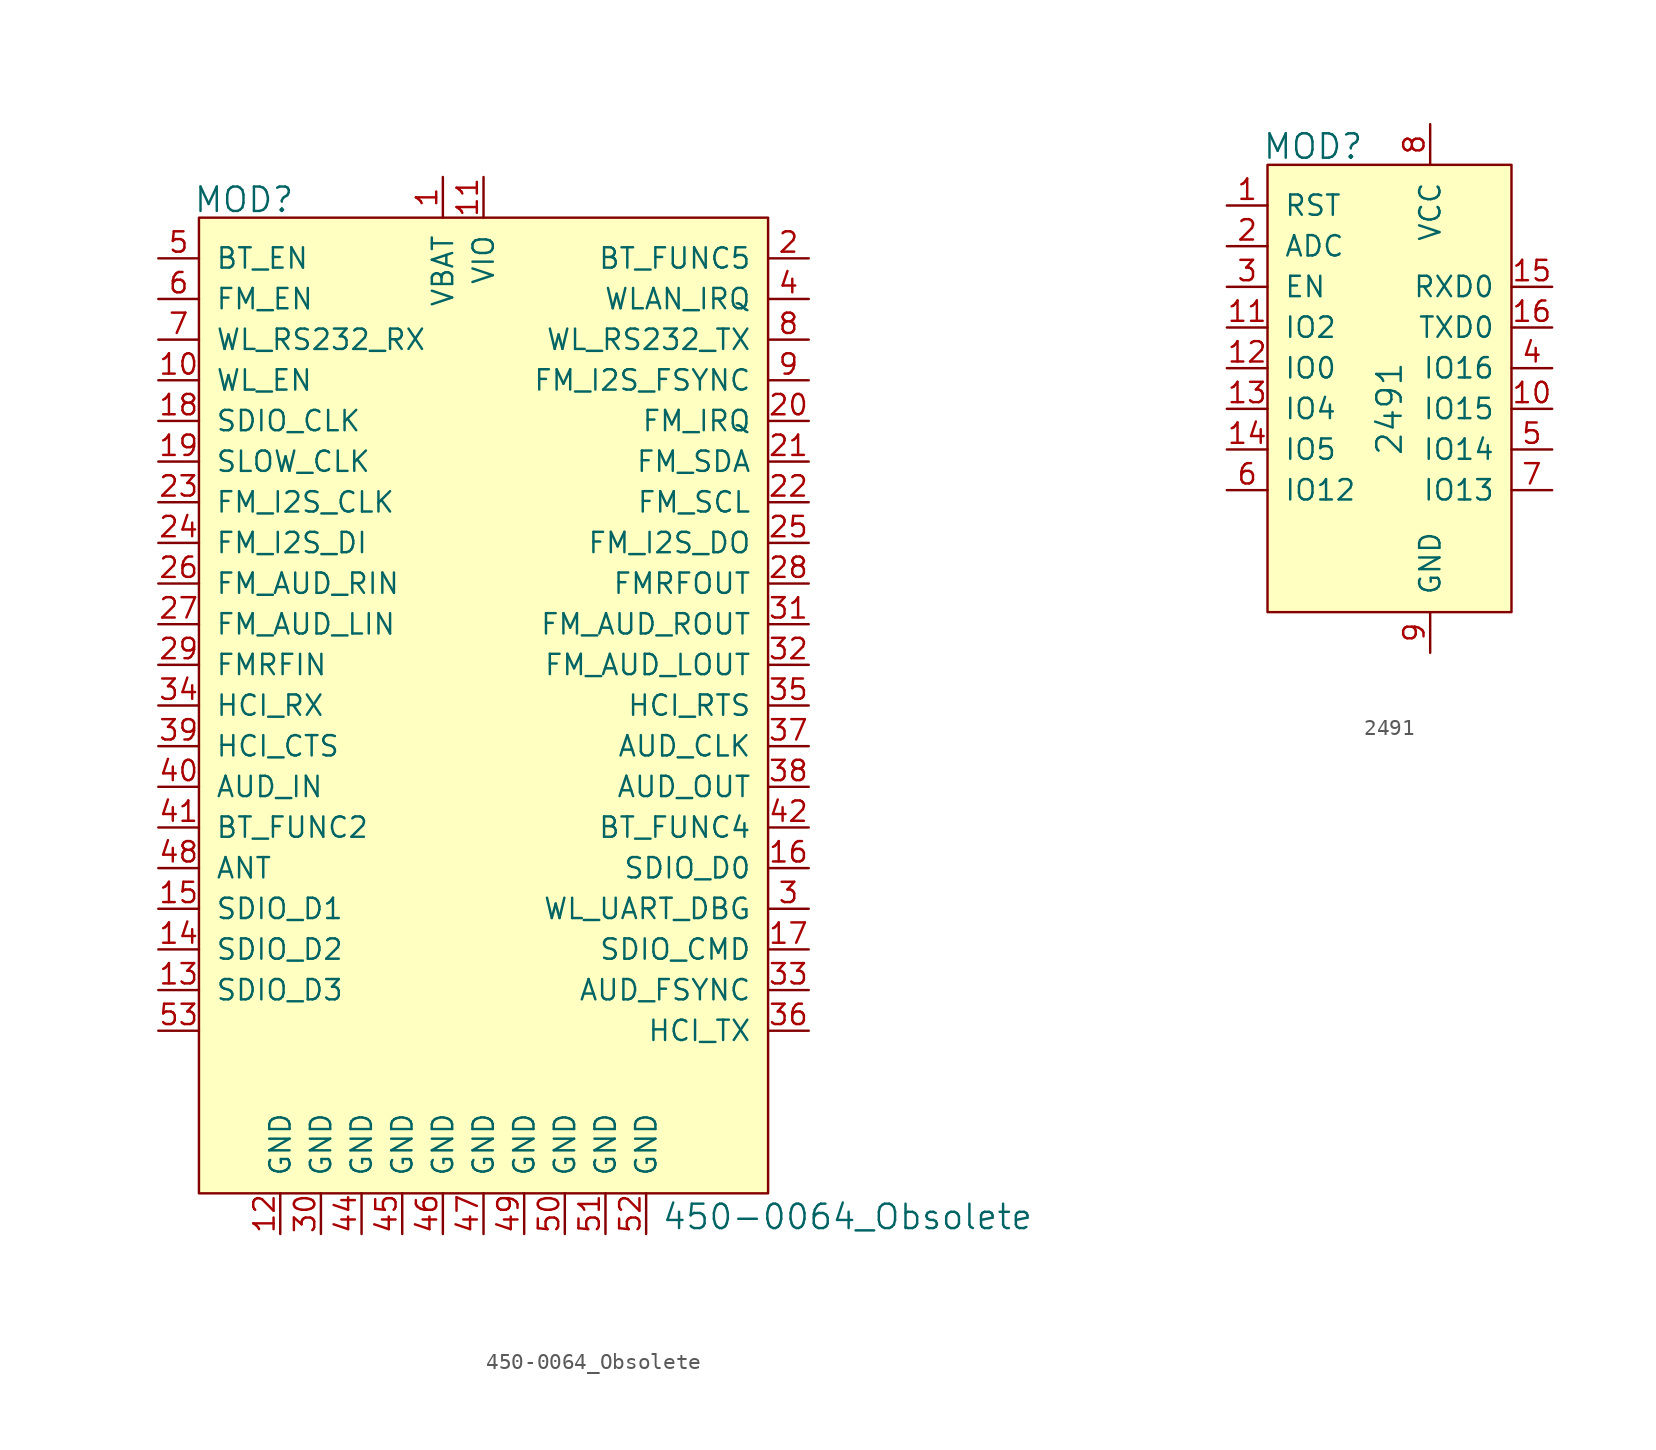
<source format=kicad_sym>
(kicad_symbol_lib
  (version 20231120)
  (generator "kicad_symbol_editor")
  (generator_version "8.0")
  (symbol "450-0064_Obsolete"
    (pin_names
      (offset 1.016))
    (property "Reference" "MOD"
      (at -14.961 18.898 0)
      (effects (font (size 1.524 1.524))))
    (property "Value" "450-0064_Obsolete"
      (at 11.1 -44.653 0)
      (effects (font (size 1.524 1.524)) (justify left)))
    (symbol "450-0064_Obsolete_0_1"
      (rectangle (start -17.78 17.78) (end 17.78 -43.18) (stroke (width 0) (type default)) (fill (type background))))
    (symbol "450-0064_Obsolete_1_1"
      (pin power_in line (at -2.54 20.32 270) (length 2.54) (name "VBAT" (effects (font (size 1.27 1.27)))) (number "1" (effects (font (size 1.27 1.27)))))
      (pin input line (at -20.32 7.62 0) (length 2.54) (name "WL_EN" (effects (font (size 1.27 1.27)))) (number "10" (effects (font (size 1.27 1.27)))))
      (pin power_in line (at 0 20.32 270) (length 2.54) (name "VIO" (effects (font (size 1.27 1.27)))) (number "11" (effects (font (size 1.27 1.27)))))
      (pin power_in line (at -12.7 -45.72 90) (length 2.54) (name "GND" (effects (font (size 1.27 1.27)))) (number "12" (effects (font (size 1.27 1.27)))))
      (pin bidirectional line (at -20.32 -30.48 0) (length 2.54) (name "SDIO_D3" (effects (font (size 1.27 1.27)))) (number "13" (effects (font (size 1.27 1.27)))))
      (pin bidirectional line (at -20.32 -27.94 0) (length 2.54) (name "SDIO_D2" (effects (font (size 1.27 1.27)))) (number "14" (effects (font (size 1.27 1.27)))))
      (pin bidirectional line (at -20.32 -25.4 0) (length 2.54) (name "SDIO_D1" (effects (font (size 1.27 1.27)))) (number "15" (effects (font (size 1.27 1.27)))))
      (pin bidirectional line (at 20.32 -22.86 180) (length 2.54) (name "SDIO_D0" (effects (font (size 1.27 1.27)))) (number "16" (effects (font (size 1.27 1.27)))))
      (pin bidirectional line (at 20.32 -27.94 180) (length 2.54) (name "SDIO_CMD" (effects (font (size 1.27 1.27)))) (number "17" (effects (font (size 1.27 1.27)))))
      (pin input line (at -20.32 5.08 0) (length 2.54) (name "SDIO_CLK" (effects (font (size 1.27 1.27)))) (number "18" (effects (font (size 1.27 1.27)))))
      (pin input line (at -20.32 2.54 0) (length 2.54) (name "SLOW_CLK" (effects (font (size 1.27 1.27)))) (number "19" (effects (font (size 1.27 1.27)))))
      (pin output line (at 20.32 15.24 180) (length 2.54) (name "BT_FUNC5" (effects (font (size 1.27 1.27)))) (number "2" (effects (font (size 1.27 1.27)))))
      (pin output line (at 20.32 5.08 180) (length 2.54) (name "FM_IRQ" (effects (font (size 1.27 1.27)))) (number "20" (effects (font (size 1.27 1.27)))))
      (pin output line (at 20.32 2.54 180) (length 2.54) (name "FM_SDA" (effects (font (size 1.27 1.27)))) (number "21" (effects (font (size 1.27 1.27)))))
      (pin output line (at 20.32 0 180) (length 2.54) (name "FM_SCL" (effects (font (size 1.27 1.27)))) (number "22" (effects (font (size 1.27 1.27)))))
      (pin input line (at -20.32 0 0) (length 2.54) (name "FM_I2S_CLK" (effects (font (size 1.27 1.27)))) (number "23" (effects (font (size 1.27 1.27)))))
      (pin input line (at -20.32 -2.54 0) (length 2.54) (name "FM_I2S_DI" (effects (font (size 1.27 1.27)))) (number "24" (effects (font (size 1.27 1.27)))))
      (pin output line (at 20.32 -2.54 180) (length 2.54) (name "FM_I2S_DO" (effects (font (size 1.27 1.27)))) (number "25" (effects (font (size 1.27 1.27)))))
      (pin input line (at -20.32 -5.08 0) (length 2.54) (name "FM_AUD_RIN" (effects (font (size 1.27 1.27)))) (number "26" (effects (font (size 1.27 1.27)))))
      (pin input line (at -20.32 -7.62 0) (length 2.54) (name "FM_AUD_LIN" (effects (font (size 1.27 1.27)))) (number "27" (effects (font (size 1.27 1.27)))))
      (pin output line (at 20.32 -5.08 180) (length 2.54) (name "FMRFOUT" (effects (font (size 1.27 1.27)))) (number "28" (effects (font (size 1.27 1.27)))))
      (pin input line (at -20.32 -10.16 0) (length 2.54) (name "FMRFIN" (effects (font (size 1.27 1.27)))) (number "29" (effects (font (size 1.27 1.27)))))
      (pin bidirectional line (at 20.32 -25.4 180) (length 2.54) (name "WL_UART_DBG" (effects (font (size 1.27 1.27)))) (number "3" (effects (font (size 1.27 1.27)))))
      (pin power_in line (at -10.16 -45.72 90) (length 2.54) (name "GND" (effects (font (size 1.27 1.27)))) (number "30" (effects (font (size 1.27 1.27)))))
      (pin output line (at 20.32 -7.62 180) (length 2.54) (name "FM_AUD_ROUT" (effects (font (size 1.27 1.27)))) (number "31" (effects (font (size 1.27 1.27)))))
      (pin output line (at 20.32 -10.16 180) (length 2.54) (name "FM_AUD_LOUT" (effects (font (size 1.27 1.27)))) (number "32" (effects (font (size 1.27 1.27)))))
      (pin bidirectional line (at 20.32 -30.48 180) (length 2.54) (name "AUD_FSYNC" (effects (font (size 1.27 1.27)))) (number "33" (effects (font (size 1.27 1.27)))))
      (pin input line (at -20.32 -12.7 0) (length 2.54) (name "HCI_RX" (effects (font (size 1.27 1.27)))) (number "34" (effects (font (size 1.27 1.27)))))
      (pin output line (at 20.32 -12.7 180) (length 2.54) (name "HCI_RTS" (effects (font (size 1.27 1.27)))) (number "35" (effects (font (size 1.27 1.27)))))
      (pin bidirectional line (at 20.32 -33.02 180) (length 2.54) (name "HCI_TX" (effects (font (size 1.27 1.27)))) (number "36" (effects (font (size 1.27 1.27)))))
      (pin output line (at 20.32 -15.24 180) (length 2.54) (name "AUD_CLK" (effects (font (size 1.27 1.27)))) (number "37" (effects (font (size 1.27 1.27)))))
      (pin output line (at 20.32 -17.78 180) (length 2.54) (name "AUD_OUT" (effects (font (size 1.27 1.27)))) (number "38" (effects (font (size 1.27 1.27)))))
      (pin input line (at -20.32 -15.24 0) (length 2.54) (name "HCI_CTS" (effects (font (size 1.27 1.27)))) (number "39" (effects (font (size 1.27 1.27)))))
      (pin output line (at 20.32 12.7 180) (length 2.54) (name "WLAN_IRQ" (effects (font (size 1.27 1.27)))) (number "4" (effects (font (size 1.27 1.27)))))
      (pin input line (at -20.32 -17.78 0) (length 2.54) (name "AUD_IN" (effects (font (size 1.27 1.27)))) (number "40" (effects (font (size 1.27 1.27)))))
      (pin input line (at -20.32 -20.32 0) (length 2.54) (name "BT_FUNC2" (effects (font (size 1.27 1.27)))) (number "41" (effects (font (size 1.27 1.27)))))
      (pin output line (at 20.32 -20.32 180) (length 2.54) (name "BT_FUNC4" (effects (font (size 1.27 1.27)))) (number "42" (effects (font (size 1.27 1.27)))))
      (pin no_connect line (at 17.78 -35.56 180) (length 2.54) hide (name "VDD_LDO_CLASS_1P5" (effects (font (size 1.27 1.27)))) (number "43" (effects (font (size 1.27 1.27)))))
      (pin power_in line (at -7.62 -45.72 90) (length 2.54) (name "GND" (effects (font (size 1.27 1.27)))) (number "44" (effects (font (size 1.27 1.27)))))
      (pin power_in line (at -5.08 -45.72 90) (length 2.54) (name "GND" (effects (font (size 1.27 1.27)))) (number "45" (effects (font (size 1.27 1.27)))))
      (pin power_in line (at -2.54 -45.72 90) (length 2.54) (name "GND" (effects (font (size 1.27 1.27)))) (number "46" (effects (font (size 1.27 1.27)))))
      (pin power_in line (at 0 -45.72 90) (length 2.54) (name "GND" (effects (font (size 1.27 1.27)))) (number "47" (effects (font (size 1.27 1.27)))))
      (pin bidirectional line (at -20.32 -22.86 0) (length 2.54) (name "ANT" (effects (font (size 1.27 1.27)))) (number "48" (effects (font (size 1.27 1.27)))))
      (pin power_in line (at 2.54 -45.72 90) (length 2.54) (name "GND" (effects (font (size 1.27 1.27)))) (number "49" (effects (font (size 1.27 1.27)))))
      (pin input line (at -20.32 15.24 0) (length 2.54) (name "BT_EN" (effects (font (size 1.27 1.27)))) (number "5" (effects (font (size 1.27 1.27)))))
      (pin power_in line (at 5.08 -45.72 90) (length 2.54) (name "GND" (effects (font (size 1.27 1.27)))) (number "50" (effects (font (size 1.27 1.27)))))
      (pin power_in line (at 7.62 -45.72 90) (length 2.54) (name "GND" (effects (font (size 1.27 1.27)))) (number "51" (effects (font (size 1.27 1.27)))))
      (pin power_in line (at 10.16 -45.72 90) (length 2.54) (name "GND" (effects (font (size 1.27 1.27)))) (number "52" (effects (font (size 1.27 1.27)))))
      (pin unspecified line (at -20.32 -33.02 0) (length 2.54) (name "~" (effects (font (size 1.27 1.27)))) (number "53" (effects (font (size 1.27 1.27)))))
      (pin input line (at -20.32 12.7 0) (length 2.54) (name "FM_EN" (effects (font (size 1.27 1.27)))) (number "6" (effects (font (size 1.27 1.27)))))
      (pin input line (at -20.32 10.16 0) (length 2.54) (name "WL_RS232_RX" (effects (font (size 1.27 1.27)))) (number "7" (effects (font (size 1.27 1.27)))))
      (pin output line (at 20.32 10.16 180) (length 2.54) (name "WL_RS232_TX" (effects (font (size 1.27 1.27)))) (number "8" (effects (font (size 1.27 1.27)))))
      (pin output line (at 20.32 7.62 180) (length 2.54) (name "FM_I2S_FSYNC" (effects (font (size 1.27 1.27)))) (number "9" (effects (font (size 1.27 1.27)))))))
  (symbol "2491"
    (pin_names
      (offset 1.016))
    (property "Reference" "MOD"
      (at -7.315 8.763 0)
      (effects (font (size 1.524 1.524))))
    (property "Value" "2491"
      (at -2.54 -7.62 90)
      (effects (font (size 1.524 1.524))))
    (symbol "2491_0_1"
      (rectangle (start -10.16 7.62) (end 5.08 -20.32) (stroke (width 0) (type default)) (fill (type background))))
    (symbol "2491_1_1"
      (pin input line (at -12.7 5.08 0) (length 2.54) (name "RST" (effects (font (size 1.27 1.27)))) (number "1" (effects (font (size 1.27 1.27)))))
      (pin bidirectional line (at 7.62 -7.62 180) (length 2.54) (name "IO15" (effects (font (size 1.27 1.27)))) (number "10" (effects (font (size 1.27 1.27)))))
      (pin bidirectional line (at -12.7 -2.54 0) (length 2.54) (name "IO2" (effects (font (size 1.27 1.27)))) (number "11" (effects (font (size 1.27 1.27)))))
      (pin bidirectional line (at -12.7 -5.08 0) (length 2.54) (name "IO0" (effects (font (size 1.27 1.27)))) (number "12" (effects (font (size 1.27 1.27)))))
      (pin bidirectional line (at -12.7 -7.62 0) (length 2.54) (name "IO4" (effects (font (size 1.27 1.27)))) (number "13" (effects (font (size 1.27 1.27)))))
      (pin bidirectional line (at -12.7 -10.16 0) (length 2.54) (name "IO5" (effects (font (size 1.27 1.27)))) (number "14" (effects (font (size 1.27 1.27)))))
      (pin output line (at 7.62 0 180) (length 2.54) (name "RXD0" (effects (font (size 1.27 1.27)))) (number "15" (effects (font (size 1.27 1.27)))))
      (pin output line (at 7.62 -2.54 180) (length 2.54) (name "TXD0" (effects (font (size 1.27 1.27)))) (number "16" (effects (font (size 1.27 1.27)))))
      (pin input line (at -12.7 2.54 0) (length 2.54) (name "ADC" (effects (font (size 1.27 1.27)))) (number "2" (effects (font (size 1.27 1.27)))))
      (pin input line (at -12.7 0 0) (length 2.54) (name "EN" (effects (font (size 1.27 1.27)))) (number "3" (effects (font (size 1.27 1.27)))))
      (pin bidirectional line (at 7.62 -5.08 180) (length 2.54) (name "IO16" (effects (font (size 1.27 1.27)))) (number "4" (effects (font (size 1.27 1.27)))))
      (pin bidirectional line (at 7.62 -10.16 180) (length 2.54) (name "IO14" (effects (font (size 1.27 1.27)))) (number "5" (effects (font (size 1.27 1.27)))))
      (pin bidirectional line (at -12.7 -12.7 0) (length 2.54) (name "IO12" (effects (font (size 1.27 1.27)))) (number "6" (effects (font (size 1.27 1.27)))))
      (pin bidirectional line (at 7.62 -12.7 180) (length 2.54) (name "IO13" (effects (font (size 1.27 1.27)))) (number "7" (effects (font (size 1.27 1.27)))))
      (pin power_in line (at 0 10.16 270) (length 2.54) (name "VCC" (effects (font (size 1.27 1.27)))) (number "8" (effects (font (size 1.27 1.27)))))
      (pin power_in line (at 0 -22.86 90) (length 2.54) (name "GND" (effects (font (size 1.27 1.27)))) (number "9" (effects (font (size 1.27 1.27))))))))
</source>
